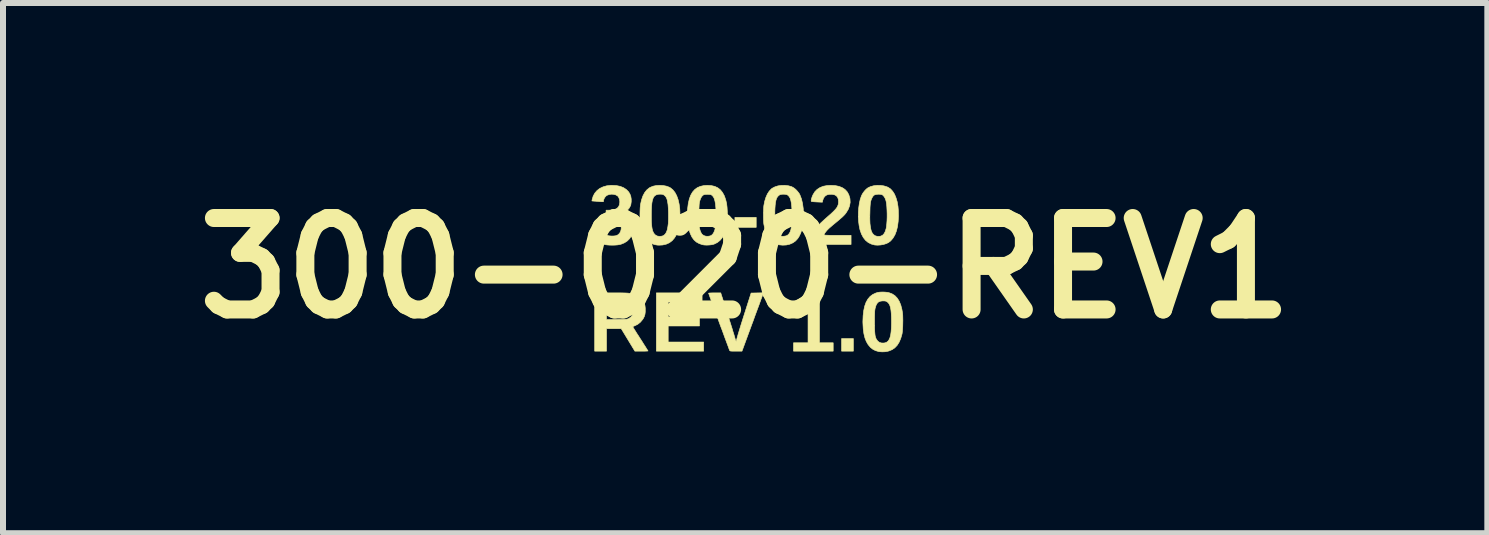
<source format=kicad_pcb>
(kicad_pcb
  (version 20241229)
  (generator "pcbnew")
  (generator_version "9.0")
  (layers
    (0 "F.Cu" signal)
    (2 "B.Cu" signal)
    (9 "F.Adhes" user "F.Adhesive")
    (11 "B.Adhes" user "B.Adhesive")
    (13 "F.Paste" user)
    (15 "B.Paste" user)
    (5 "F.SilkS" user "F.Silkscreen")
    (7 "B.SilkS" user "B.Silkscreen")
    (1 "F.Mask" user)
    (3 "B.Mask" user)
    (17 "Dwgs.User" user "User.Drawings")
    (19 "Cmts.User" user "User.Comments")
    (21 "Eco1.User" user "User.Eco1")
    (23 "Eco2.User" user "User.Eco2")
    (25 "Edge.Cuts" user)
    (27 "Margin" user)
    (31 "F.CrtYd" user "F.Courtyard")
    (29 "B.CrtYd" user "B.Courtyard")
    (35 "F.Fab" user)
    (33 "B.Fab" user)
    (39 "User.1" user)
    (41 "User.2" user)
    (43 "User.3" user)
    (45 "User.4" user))
  (footprint "300-020-REV1"
    (layer "F.Cu")
    (at 9.369 1.418)
    (property "Reference" "300-020-REV1" (at 0 0 0) (layer "F.SilkS") (effects (font (size 1.524 1.524) (thickness 0.3))))
    (attr through_hole)
    (fp_poly (pts (xy 0.184 -0.679) (xy -0.171 -0.679) (xy -0.171 -0.845) (xy 0.184 -0.845) (xy 0.184 -0.679)) (stroke (width 0.01) (type solid)) (fill yes) (layer "F.SilkS"))
    (fp_poly (pts (xy 1.803 1.384) (xy 1.607 1.384) (xy 1.607 1.175) (xy 1.803 1.175) (xy 1.803 1.384)) (stroke (width 0.01) (type solid)) (fill yes) (layer "F.SilkS"))
    (fp_poly (pts (xy -0.718 0.565) (xy -1.283 0.565) (xy -1.283 0.813) (xy -0.762 0.813) (xy -0.762 0.965) (xy -1.283 0.965) (xy -1.283 1.232) (xy -0.692 1.232) (xy -0.692 1.384) (xy -1.48 1.384) (xy -1.48 0.413) (xy -0.718 0.413) (xy -0.718 0.565)) (stroke (width 0.01) (type solid)) (fill yes) (layer "F.SilkS"))
    (fp_poly (pts (xy 1.238 1.245) (xy 1.467 1.245) (xy 1.467 1.384) (xy 0.806 1.384) (xy 0.806 1.245) (xy 1.048 1.245) (xy 1.048 0.908) (xy 1.048 0.831) (xy 1.048 0.766) (xy 1.047 0.713) (xy 1.047 0.669) (xy 1.046 0.635) (xy 1.045 0.61) (xy 1.044 0.592) (xy 1.043 0.581) (xy 1.041 0.576) (xy 1.04 0.575) (xy 1.032 0.58) (xy 1.016 0.59) (xy 0.992 0.605) (xy 0.963 0.623) (xy 0.93 0.643) (xy 0.926 0.645) (xy 0.894 0.666) (xy 0.865 0.683) (xy 0.841 0.698) (xy 0.824 0.707) (xy 0.817 0.711) (xy 0.817 0.711) (xy 0.815 0.705) (xy 0.814 0.689) (xy 0.814 0.666) (xy 0.814 0.64) (xy 0.816 0.569) (xy 0.937 0.491) (xy 1.057 0.413) (xy 1.148 0.413) (xy 1.238 0.413) (xy 1.238 1.245)) (stroke (width 0.01) (type solid)) (fill yes) (layer "F.SilkS"))
    (fp_poly (pts (xy 0.29 0.452) (xy 0.285 0.465) (xy 0.277 0.488) (xy 0.264 0.521) (xy 0.249 0.563) (xy 0.231 0.613) (xy 0.21 0.669) (xy 0.187 0.731) (xy 0.162 0.798) (xy 0.137 0.869) (xy 0.111 0.938) (xy -0.053 1.384) (xy -0.154 1.384) (xy -0.191 1.384) (xy -0.218 1.384) (xy -0.237 1.383) (xy -0.248 1.381) (xy -0.254 1.378) (xy -0.258 1.374) (xy -0.26 1.37) (xy -0.271 1.341) (xy -0.284 1.304) (xy -0.301 1.259) (xy -0.32 1.208) (xy -0.341 1.152) (xy -0.363 1.091) (xy -0.386 1.028) (xy -0.411 0.963) (xy -0.435 0.897) (xy -0.459 0.83) (xy -0.483 0.766) (xy -0.506 0.703) (xy -0.528 0.644) (xy -0.548 0.59) (xy -0.565 0.541) (xy -0.581 0.499) (xy -0.593 0.464) (xy -0.602 0.439) (xy -0.608 0.423) (xy -0.61 0.419) (xy -0.604 0.417) (xy -0.587 0.415) (xy -0.562 0.414) (xy -0.53 0.413) (xy -0.508 0.413) (xy -0.407 0.413) (xy -0.395 0.452) (xy -0.39 0.467) (xy -0.382 0.491) (xy -0.371 0.525) (xy -0.358 0.567) (xy -0.343 0.616) (xy -0.325 0.67) (xy -0.307 0.727) (xy -0.29 0.781) (xy -0.27 0.842) (xy -0.251 0.903) (xy -0.233 0.96) (xy -0.216 1.014) (xy -0.202 1.062) (xy -0.189 1.102) (xy -0.18 1.133) (xy -0.175 1.149) (xy -0.167 1.178) (xy -0.16 1.2) (xy -0.154 1.215) (xy -0.151 1.22) (xy -0.15 1.219) (xy -0.147 1.21) (xy -0.142 1.191) (xy -0.135 1.165) (xy -0.126 1.134) (xy -0.124 1.127) (xy -0.118 1.105) (xy -0.108 1.072) (xy -0.095 1.029) (xy -0.08 0.98) (xy -0.063 0.925) (xy -0.044 0.865) (xy -0.024 0.802) (xy -0.004 0.739) (xy -0.001 0.73) (xy 0.099 0.416) (xy 0.202 0.414) (xy 0.305 0.412) (xy 0.29 0.452)) (stroke (width 0.01) (type solid)) (fill yes) (layer "F.SilkS"))
    (fp_poly (pts (xy -2.157 0.413) (xy -2.094 0.413) (xy -2.041 0.414) (xy -1.997 0.415) (xy -1.96 0.417) (xy -1.929 0.42) (xy -1.903 0.423) (xy -1.881 0.428) (xy -1.861 0.434) (xy -1.841 0.441) (xy -1.822 0.449) (xy -1.812 0.454) (xy -1.762 0.483) (xy -1.722 0.521) (xy -1.692 0.567) (xy -1.687 0.577) (xy -1.678 0.599) (xy -1.671 0.618) (xy -1.668 0.64) (xy -1.665 0.667) (xy -1.665 0.683) (xy -1.665 0.731) (xy -1.67 0.771) (xy -1.681 0.807) (xy -1.699 0.842) (xy -1.71 0.858) (xy -1.747 0.902) (xy -1.791 0.937) (xy -1.837 0.96) (xy -1.856 0.968) (xy -1.869 0.974) (xy -1.873 0.978) (xy -1.87 0.984) (xy -1.86 1) (xy -1.846 1.024) (xy -1.826 1.055) (xy -1.803 1.092) (xy -1.776 1.133) (xy -1.748 1.178) (xy -1.746 1.18) (xy -1.717 1.225) (xy -1.691 1.267) (xy -1.667 1.304) (xy -1.648 1.335) (xy -1.633 1.359) (xy -1.623 1.375) (xy -1.619 1.381) (xy -1.619 1.381) (xy -1.625 1.382) (xy -1.642 1.383) (xy -1.667 1.384) (xy -1.699 1.384) (xy -1.729 1.384) (xy -1.838 1.384) (xy -2.065 1.01) (xy -2.311 1.01) (xy -2.311 1.384) (xy -2.508 1.384) (xy -2.508 0.858) (xy -2.311 0.858) (xy -2.138 0.856) (xy -2.087 0.855) (xy -2.046 0.855) (xy -2.015 0.854) (xy -1.992 0.853) (xy -1.974 0.851) (xy -1.962 0.849) (xy -1.952 0.846) (xy -1.944 0.842) (xy -1.939 0.84) (xy -1.904 0.815) (xy -1.879 0.783) (xy -1.865 0.744) (xy -1.862 0.699) (xy -1.863 0.69) (xy -1.872 0.65) (xy -1.891 0.617) (xy -1.921 0.592) (xy -1.934 0.585) (xy -1.943 0.58) (xy -1.952 0.576) (xy -1.963 0.573) (xy -1.976 0.571) (xy -1.993 0.569) (xy -2.017 0.568) (xy -2.048 0.568) (xy -2.089 0.567) (xy -2.138 0.566) (xy -2.311 0.564) (xy -2.311 0.858) (xy -2.508 0.858) (xy -2.508 0.413) (xy -2.232 0.413) (xy -2.157 0.413)) (stroke (width 0.01) (type solid)) (fill yes) (layer "F.SilkS"))
    (fp_poly (pts (xy 1.501 -1.375) (xy 1.564 -1.362) (xy 1.619 -1.34) (xy 1.665 -1.309) (xy 1.701 -1.27) (xy 1.727 -1.223) (xy 1.744 -1.168) (xy 1.747 -1.152) (xy 1.75 -1.095) (xy 1.74 -1.038) (xy 1.718 -0.98) (xy 1.684 -0.924) (xy 1.662 -0.895) (xy 1.646 -0.878) (xy 1.622 -0.854) (xy 1.592 -0.828) (xy 1.56 -0.8) (xy 1.53 -0.775) (xy 1.496 -0.747) (xy 1.463 -0.72) (xy 1.433 -0.694) (xy 1.407 -0.672) (xy 1.391 -0.657) (xy 1.367 -0.633) (xy 1.346 -0.608) (xy 1.328 -0.584) (xy 1.318 -0.565) (xy 1.314 -0.554) (xy 1.317 -0.552) (xy 1.324 -0.55) (xy 1.338 -0.549) (xy 1.359 -0.548) (xy 1.388 -0.547) (xy 1.427 -0.546) (xy 1.476 -0.546) (xy 1.537 -0.546) (xy 1.54 -0.546) (xy 1.765 -0.546) (xy 1.765 -0.394) (xy 1.086 -0.394) (xy 1.086 -0.457) (xy 1.086 -0.488) (xy 1.088 -0.51) (xy 1.091 -0.527) (xy 1.097 -0.543) (xy 1.104 -0.557) (xy 1.125 -0.594) (xy 1.15 -0.631) (xy 1.18 -0.67) (xy 1.217 -0.71) (xy 1.262 -0.754) (xy 1.315 -0.803) (xy 1.37 -0.852) (xy 1.419 -0.895) (xy 1.459 -0.932) (xy 1.491 -0.964) (xy 1.515 -0.991) (xy 1.533 -1.016) (xy 1.544 -1.04) (xy 1.552 -1.063) (xy 1.555 -1.088) (xy 1.556 -1.106) (xy 1.552 -1.149) (xy 1.539 -1.182) (xy 1.518 -1.206) (xy 1.488 -1.222) (xy 1.448 -1.23) (xy 1.446 -1.23) (xy 1.399 -1.229) (xy 1.36 -1.219) (xy 1.33 -1.198) (xy 1.307 -1.168) (xy 1.293 -1.129) (xy 1.292 -1.122) (xy 1.287 -1.098) (xy 1.198 -1.102) (xy 1.165 -1.104) (xy 1.137 -1.106) (xy 1.116 -1.109) (xy 1.104 -1.111) (xy 1.103 -1.111) (xy 1.1 -1.121) (xy 1.102 -1.14) (xy 1.108 -1.164) (xy 1.117 -1.191) (xy 1.129 -1.219) (xy 1.131 -1.223) (xy 1.161 -1.272) (xy 1.199 -1.311) (xy 1.247 -1.342) (xy 1.303 -1.364) (xy 1.368 -1.376) (xy 1.429 -1.379) (xy 1.501 -1.375)) (stroke (width 0.01) (type solid)) (fill yes) (layer "F.SilkS"))
    (fp_poly (pts (xy -1.368 -1.376) (xy -1.314 -1.366) (xy -1.267 -1.349) (xy -1.245 -1.337) (xy -1.205 -1.304) (xy -1.17 -1.26) (xy -1.141 -1.206) (xy -1.118 -1.142) (xy -1.101 -1.068) (xy -1.09 -0.986) (xy -1.086 -0.895) (xy -1.086 -0.882) (xy -1.09 -0.786) (xy -1.101 -0.701) (xy -1.119 -0.625) (xy -1.144 -0.559) (xy -1.177 -0.504) (xy -1.216 -0.458) (xy -1.262 -0.423) (xy -1.315 -0.399) (xy -1.375 -0.385) (xy -1.432 -0.382) (xy -1.461 -0.383) (xy -1.492 -0.388) (xy -1.506 -0.391) (xy -1.562 -0.41) (xy -1.61 -0.439) (xy -1.651 -0.479) (xy -1.685 -0.529) (xy -1.713 -0.589) (xy -1.734 -0.66) (xy -1.744 -0.711) (xy -1.748 -0.748) (xy -1.751 -0.794) (xy -1.753 -0.846) (xy -1.753 -0.892) (xy -1.564 -0.892) (xy -1.564 -0.827) (xy -1.563 -0.774) (xy -1.56 -0.729) (xy -1.556 -0.691) (xy -1.551 -0.658) (xy -1.544 -0.629) (xy -1.54 -0.616) (xy -1.522 -0.579) (xy -1.496 -0.551) (xy -1.464 -0.534) (xy -1.426 -0.528) (xy -1.385 -0.533) (xy -1.381 -0.534) (xy -1.355 -0.546) (xy -1.332 -0.567) (xy -1.314 -0.596) (xy -1.299 -0.635) (xy -1.289 -0.685) (xy -1.281 -0.744) (xy -1.278 -0.815) (xy -1.278 -0.898) (xy -1.278 -0.93) (xy -1.281 -0.998) (xy -1.285 -1.055) (xy -1.292 -1.101) (xy -1.3 -1.139) (xy -1.311 -1.169) (xy -1.325 -1.192) (xy -1.342 -1.21) (xy -1.352 -1.217) (xy -1.367 -1.226) (xy -1.384 -1.23) (xy -1.407 -1.232) (xy -1.419 -1.232) (xy -1.451 -1.23) (xy -1.479 -1.222) (xy -1.502 -1.209) (xy -1.521 -1.19) (xy -1.535 -1.163) (xy -1.547 -1.127) (xy -1.555 -1.083) (xy -1.56 -1.028) (xy -1.563 -0.962) (xy -1.564 -0.892) (xy -1.753 -0.892) (xy -1.753 -0.9) (xy -1.752 -0.954) (xy -1.75 -1.003) (xy -1.746 -1.045) (xy -1.744 -1.062) (xy -1.727 -1.137) (xy -1.704 -1.203) (xy -1.675 -1.258) (xy -1.64 -1.302) (xy -1.599 -1.336) (xy -1.581 -1.346) (xy -1.534 -1.365) (xy -1.481 -1.376) (xy -1.424 -1.379) (xy -1.368 -1.376)) (stroke (width 0.01) (type solid)) (fill yes) (layer "F.SilkS"))
    (fp_poly (pts (xy 0.72 -1.372) (xy 0.772 -1.358) (xy 0.806 -1.34) (xy 0.841 -1.313) (xy 0.873 -1.279) (xy 0.901 -1.242) (xy 0.913 -1.219) (xy 0.938 -1.153) (xy 0.956 -1.077) (xy 0.968 -0.99) (xy 0.971 -0.893) (xy 0.971 -0.886) (xy 0.969 -0.796) (xy 0.96 -0.716) (xy 0.946 -0.646) (xy 0.926 -0.584) (xy 0.899 -0.528) (xy 0.876 -0.492) (xy 0.839 -0.452) (xy 0.795 -0.421) (xy 0.743 -0.398) (xy 0.686 -0.385) (xy 0.625 -0.382) (xy 0.562 -0.388) (xy 0.508 -0.405) (xy 0.459 -0.433) (xy 0.416 -0.471) (xy 0.38 -0.52) (xy 0.351 -0.578) (xy 0.328 -0.647) (xy 0.313 -0.725) (xy 0.311 -0.732) (xy 0.308 -0.764) (xy 0.306 -0.805) (xy 0.305 -0.852) (xy 0.305 -0.883) (xy 0.494 -0.883) (xy 0.495 -0.806) (xy 0.498 -0.74) (xy 0.504 -0.685) (xy 0.512 -0.64) (xy 0.523 -0.604) (xy 0.538 -0.576) (xy 0.556 -0.555) (xy 0.578 -0.54) (xy 0.596 -0.533) (xy 0.619 -0.529) (xy 0.649 -0.531) (xy 0.678 -0.536) (xy 0.7 -0.544) (xy 0.721 -0.56) (xy 0.738 -0.582) (xy 0.752 -0.61) (xy 0.763 -0.646) (xy 0.771 -0.691) (xy 0.777 -0.746) (xy 0.78 -0.811) (xy 0.781 -0.886) (xy 0.78 -0.963) (xy 0.776 -1.028) (xy 0.77 -1.083) (xy 0.761 -1.127) (xy 0.75 -1.163) (xy 0.734 -1.191) (xy 0.716 -1.211) (xy 0.698 -1.223) (xy 0.679 -1.228) (xy 0.652 -1.231) (xy 0.623 -1.231) (xy 0.597 -1.228) (xy 0.579 -1.223) (xy 0.558 -1.209) (xy 0.54 -1.19) (xy 0.525 -1.166) (xy 0.514 -1.134) (xy 0.506 -1.095) (xy 0.5 -1.047) (xy 0.496 -0.989) (xy 0.494 -0.92) (xy 0.494 -0.883) (xy 0.305 -0.883) (xy 0.305 -0.901) (xy 0.306 -0.949) (xy 0.308 -0.993) (xy 0.31 -1.029) (xy 0.311 -1.039) (xy 0.325 -1.112) (xy 0.345 -1.177) (xy 0.37 -1.234) (xy 0.401 -1.282) (xy 0.436 -1.319) (xy 0.45 -1.33) (xy 0.494 -1.353) (xy 0.546 -1.37) (xy 0.603 -1.378) (xy 0.662 -1.379) (xy 0.72 -1.372)) (stroke (width 0.01) (type solid)) (fill yes) (layer "F.SilkS"))
    (fp_poly (pts (xy 2.256 -1.378) (xy 2.312 -1.37) (xy 2.364 -1.354) (xy 2.384 -1.345) (xy 2.424 -1.318) (xy 2.459 -1.279) (xy 2.49 -1.23) (xy 2.514 -1.171) (xy 2.534 -1.104) (xy 2.547 -1.028) (xy 2.552 -0.97) (xy 2.555 -0.869) (xy 2.55 -0.777) (xy 2.539 -0.693) (xy 2.521 -0.619) (xy 2.496 -0.554) (xy 2.464 -0.5) (xy 2.426 -0.455) (xy 2.389 -0.426) (xy 2.351 -0.408) (xy 2.306 -0.394) (xy 2.256 -0.385) (xy 2.206 -0.382) (xy 2.159 -0.385) (xy 2.159 -0.385) (xy 2.101 -0.401) (xy 2.05 -0.427) (xy 2.006 -0.463) (xy 1.969 -0.51) (xy 1.938 -0.568) (xy 1.914 -0.637) (xy 1.912 -0.645) (xy 1.899 -0.71) (xy 1.89 -0.782) (xy 1.886 -0.854) (xy 2.077 -0.854) (xy 2.078 -0.795) (xy 2.08 -0.745) (xy 2.085 -0.702) (xy 2.091 -0.664) (xy 2.099 -0.629) (xy 2.099 -0.628) (xy 2.116 -0.588) (xy 2.14 -0.557) (xy 2.171 -0.537) (xy 2.207 -0.528) (xy 2.248 -0.53) (xy 2.262 -0.534) (xy 2.291 -0.548) (xy 2.316 -0.575) (xy 2.335 -0.612) (xy 2.35 -0.661) (xy 2.355 -0.689) (xy 2.36 -0.736) (xy 2.364 -0.79) (xy 2.366 -0.848) (xy 2.366 -0.907) (xy 2.364 -0.965) (xy 2.361 -1.02) (xy 2.357 -1.069) (xy 2.35 -1.108) (xy 2.347 -1.122) (xy 2.333 -1.162) (xy 2.314 -1.194) (xy 2.293 -1.216) (xy 2.286 -1.221) (xy 2.27 -1.227) (xy 2.252 -1.23) (xy 2.227 -1.231) (xy 2.215 -1.231) (xy 2.181 -1.227) (xy 2.156 -1.22) (xy 2.137 -1.206) (xy 2.121 -1.183) (xy 2.113 -1.168) (xy 2.104 -1.149) (xy 2.097 -1.129) (xy 2.091 -1.108) (xy 2.087 -1.083) (xy 2.084 -1.053) (xy 2.081 -1.015) (xy 2.08 -0.967) (xy 2.079 -0.924) (xy 2.077 -0.854) (xy 1.886 -0.854) (xy 1.886 -0.857) (xy 1.887 -0.933) (xy 1.893 -1.008) (xy 1.903 -1.078) (xy 1.917 -1.143) (xy 1.936 -1.199) (xy 1.944 -1.217) (xy 1.963 -1.251) (xy 1.989 -1.285) (xy 2.017 -1.315) (xy 2.045 -1.337) (xy 2.045 -1.337) (xy 2.089 -1.358) (xy 2.141 -1.372) (xy 2.198 -1.379) (xy 2.256 -1.378)) (stroke (width 0.01) (type solid)) (fill yes) (layer "F.SilkS"))
    (fp_poly (pts (xy -0.565 -1.375) (xy -0.508 -1.362) (xy -0.458 -1.339) (xy -0.415 -1.306) (xy -0.379 -1.262) (xy -0.349 -1.208) (xy -0.337 -1.176) (xy -0.321 -1.126) (xy -0.309 -1.073) (xy -0.302 -1.015) (xy -0.298 -0.948) (xy -0.296 -0.886) (xy -0.297 -0.819) (xy -0.3 -0.763) (xy -0.306 -0.714) (xy -0.314 -0.67) (xy -0.325 -0.629) (xy -0.351 -0.562) (xy -0.382 -0.506) (xy -0.42 -0.461) (xy -0.464 -0.426) (xy -0.515 -0.401) (xy -0.519 -0.399) (xy -0.554 -0.39) (xy -0.596 -0.385) (xy -0.641 -0.383) (xy -0.682 -0.385) (xy -0.712 -0.39) (xy -0.767 -0.409) (xy -0.814 -0.435) (xy -0.853 -0.47) (xy -0.886 -0.515) (xy -0.913 -0.571) (xy -0.917 -0.581) (xy -0.936 -0.64) (xy -0.95 -0.708) (xy -0.96 -0.783) (xy -0.964 -0.862) (xy -0.963 -0.894) (xy -0.772 -0.894) (xy -0.772 -0.844) (xy -0.771 -0.795) (xy -0.769 -0.751) (xy -0.767 -0.714) (xy -0.765 -0.686) (xy -0.763 -0.676) (xy -0.753 -0.633) (xy -0.739 -0.597) (xy -0.723 -0.569) (xy -0.714 -0.559) (xy -0.687 -0.541) (xy -0.654 -0.531) (xy -0.618 -0.53) (xy -0.584 -0.536) (xy -0.563 -0.545) (xy -0.541 -0.565) (xy -0.522 -0.595) (xy -0.507 -0.633) (xy -0.504 -0.644) (xy -0.497 -0.679) (xy -0.491 -0.724) (xy -0.487 -0.776) (xy -0.485 -0.833) (xy -0.484 -0.892) (xy -0.485 -0.94) (xy -0.489 -1.011) (xy -0.495 -1.071) (xy -0.504 -1.119) (xy -0.515 -1.158) (xy -0.53 -1.187) (xy -0.547 -1.208) (xy -0.555 -1.214) (xy -0.567 -1.222) (xy -0.58 -1.226) (xy -0.599 -1.228) (xy -0.627 -1.229) (xy -0.629 -1.229) (xy -0.657 -1.228) (xy -0.676 -1.226) (xy -0.689 -1.222) (xy -0.702 -1.215) (xy -0.704 -1.213) (xy -0.725 -1.192) (xy -0.743 -1.159) (xy -0.757 -1.118) (xy -0.763 -1.089) (xy -0.766 -1.066) (xy -0.768 -1.032) (xy -0.77 -0.991) (xy -0.771 -0.944) (xy -0.772 -0.894) (xy -0.963 -0.894) (xy -0.963 -0.943) (xy -0.959 -0.992) (xy -0.948 -1.077) (xy -0.931 -1.151) (xy -0.908 -1.213) (xy -0.878 -1.266) (xy -0.841 -1.308) (xy -0.798 -1.34) (xy -0.747 -1.362) (xy -0.689 -1.375) (xy -0.632 -1.379) (xy -0.565 -1.375)) (stroke (width 0.01) (type solid)) (fill yes) (layer "F.SilkS"))
    (fp_poly (pts (xy 2.327 0.4) (xy 2.368 0.404) (xy 2.397 0.41) (xy 2.45 0.43) (xy 2.496 0.46) (xy 2.535 0.501) (xy 2.567 0.552) (xy 2.593 0.614) (xy 2.612 0.687) (xy 2.623 0.751) (xy 2.626 0.784) (xy 2.627 0.825) (xy 2.628 0.872) (xy 2.627 0.921) (xy 2.626 0.97) (xy 2.623 1.016) (xy 2.62 1.056) (xy 2.616 1.088) (xy 2.614 1.099) (xy 2.593 1.172) (xy 2.566 1.235) (xy 2.534 1.286) (xy 2.494 1.328) (xy 2.449 1.359) (xy 2.396 1.381) (xy 2.373 1.387) (xy 2.331 1.394) (xy 2.285 1.396) (xy 2.241 1.393) (xy 2.226 1.391) (xy 2.174 1.376) (xy 2.131 1.355) (xy 2.093 1.326) (xy 2.085 1.318) (xy 2.049 1.275) (xy 2.019 1.223) (xy 1.996 1.164) (xy 1.979 1.095) (xy 1.968 1.016) (xy 1.963 0.927) (xy 1.962 0.899) (xy 2.156 0.899) (xy 2.156 0.962) (xy 2.157 1.014) (xy 2.159 1.057) (xy 2.162 1.092) (xy 2.165 1.12) (xy 2.17 1.144) (xy 2.177 1.164) (xy 2.185 1.183) (xy 2.187 1.186) (xy 2.21 1.217) (xy 2.239 1.239) (xy 2.275 1.249) (xy 2.314 1.249) (xy 2.337 1.244) (xy 2.362 1.233) (xy 2.383 1.215) (xy 2.4 1.19) (xy 2.414 1.157) (xy 2.425 1.114) (xy 2.432 1.062) (xy 2.437 1) (xy 2.439 0.926) (xy 2.439 0.892) (xy 2.438 0.818) (xy 2.435 0.755) (xy 2.43 0.704) (xy 2.423 0.661) (xy 2.413 0.627) (xy 2.4 0.6) (xy 2.385 0.579) (xy 2.378 0.572) (xy 2.359 0.558) (xy 2.341 0.55) (xy 2.319 0.547) (xy 2.29 0.547) (xy 2.283 0.547) (xy 2.248 0.553) (xy 2.22 0.566) (xy 2.198 0.589) (xy 2.181 0.621) (xy 2.168 0.664) (xy 2.167 0.666) (xy 2.164 0.682) (xy 2.161 0.7) (xy 2.159 0.721) (xy 2.158 0.746) (xy 2.157 0.778) (xy 2.156 0.818) (xy 2.156 0.869) (xy 2.156 0.899) (xy 1.962 0.899) (xy 1.962 0.888) (xy 1.966 0.792) (xy 1.976 0.708) (xy 1.992 0.634) (xy 2.015 0.57) (xy 2.045 0.517) (xy 2.082 0.473) (xy 2.126 0.44) (xy 2.177 0.416) (xy 2.209 0.406) (xy 2.243 0.401) (xy 2.284 0.399) (xy 2.327 0.4)) (stroke (width 0.01) (type solid)) (fill yes) (layer "F.SilkS"))
    (fp_poly (pts (xy -2.145 -1.375) (xy -2.082 -1.362) (xy -2.027 -1.34) (xy -1.98 -1.309) (xy -1.943 -1.271) (xy -1.92 -1.233) (xy -1.906 -1.195) (xy -1.899 -1.151) (xy -1.899 -1.105) (xy -1.905 -1.061) (xy -1.911 -1.04) (xy -1.932 -1.001) (xy -1.963 -0.965) (xy -2.001 -0.936) (xy -2.044 -0.914) (xy -2.078 -0.905) (xy -2.093 -0.901) (xy -2.101 -0.896) (xy -2.102 -0.895) (xy -2.096 -0.891) (xy -2.081 -0.886) (xy -2.065 -0.882) (xy -2.011 -0.866) (xy -1.964 -0.841) (xy -1.926 -0.809) (xy -1.898 -0.77) (xy -1.894 -0.763) (xy -1.886 -0.746) (xy -1.881 -0.731) (xy -1.878 -0.715) (xy -1.877 -0.693) (xy -1.876 -0.663) (xy -1.876 -0.654) (xy -1.877 -0.622) (xy -1.878 -0.598) (xy -1.88 -0.581) (xy -1.885 -0.565) (xy -1.892 -0.547) (xy -1.896 -0.54) (xy -1.925 -0.492) (xy -1.965 -0.452) (xy -2.013 -0.421) (xy -2.069 -0.398) (xy -2.099 -0.391) (xy -2.131 -0.386) (xy -2.172 -0.383) (xy -2.216 -0.382) (xy -2.259 -0.383) (xy -2.299 -0.386) (xy -2.33 -0.39) (xy -2.333 -0.391) (xy -2.389 -0.41) (xy -2.44 -0.437) (xy -2.484 -0.471) (xy -2.518 -0.511) (xy -2.536 -0.541) (xy -2.544 -0.56) (xy -2.553 -0.584) (xy -2.56 -0.608) (xy -2.566 -0.629) (xy -2.57 -0.645) (xy -2.569 -0.652) (xy -2.562 -0.654) (xy -2.545 -0.656) (xy -2.521 -0.659) (xy -2.492 -0.662) (xy -2.462 -0.664) (xy -2.433 -0.666) (xy -2.408 -0.668) (xy -2.39 -0.668) (xy -2.381 -0.668) (xy -2.381 -0.668) (xy -2.377 -0.66) (xy -2.372 -0.644) (xy -2.368 -0.632) (xy -2.355 -0.602) (xy -2.334 -0.575) (xy -2.308 -0.553) (xy -2.282 -0.54) (xy -2.255 -0.536) (xy -2.221 -0.534) (xy -2.187 -0.535) (xy -2.157 -0.539) (xy -2.151 -0.54) (xy -2.119 -0.555) (xy -2.093 -0.58) (xy -2.075 -0.613) (xy -2.066 -0.652) (xy -2.066 -0.691) (xy -2.075 -0.729) (xy -2.094 -0.759) (xy -2.123 -0.783) (xy -2.162 -0.8) (xy -2.212 -0.81) (xy -2.271 -0.813) (xy -2.318 -0.813) (xy -2.318 -0.965) (xy -2.269 -0.965) (xy -2.214 -0.969) (xy -2.169 -0.979) (xy -2.135 -0.996) (xy -2.111 -1.021) (xy -2.096 -1.053) (xy -2.09 -1.093) (xy -2.089 -1.102) (xy -2.093 -1.14) (xy -2.105 -1.173) (xy -2.122 -1.199) (xy -2.126 -1.202) (xy -2.154 -1.219) (xy -2.188 -1.229) (xy -2.226 -1.232) (xy -2.264 -1.227) (xy -2.298 -1.215) (xy -2.318 -1.202) (xy -2.336 -1.182) (xy -2.351 -1.157) (xy -2.36 -1.131) (xy -2.362 -1.118) (xy -2.362 -1.114) (xy -2.362 -1.11) (xy -2.364 -1.107) (xy -2.369 -1.106) (xy -2.379 -1.106) (xy -2.396 -1.106) (xy -2.421 -1.108) (xy -2.455 -1.111) (xy -2.5 -1.115) (xy -2.506 -1.115) (xy -2.554 -1.119) (xy -2.55 -1.142) (xy -2.533 -1.199) (xy -2.506 -1.249) (xy -2.469 -1.292) (xy -2.424 -1.327) (xy -2.37 -1.353) (xy -2.309 -1.371) (xy -2.241 -1.379) (xy -2.216 -1.379) (xy -2.145 -1.375)) (stroke (width 0.01) (type solid)) (fill yes) (layer "F.SilkS")))
  (gr_rect
    (start -3 -3)
    (end 21.738 5.836)
    (stroke (width 0.1) (type default))
    (fill no)
    (layer "Edge.Cuts")))
</source>
